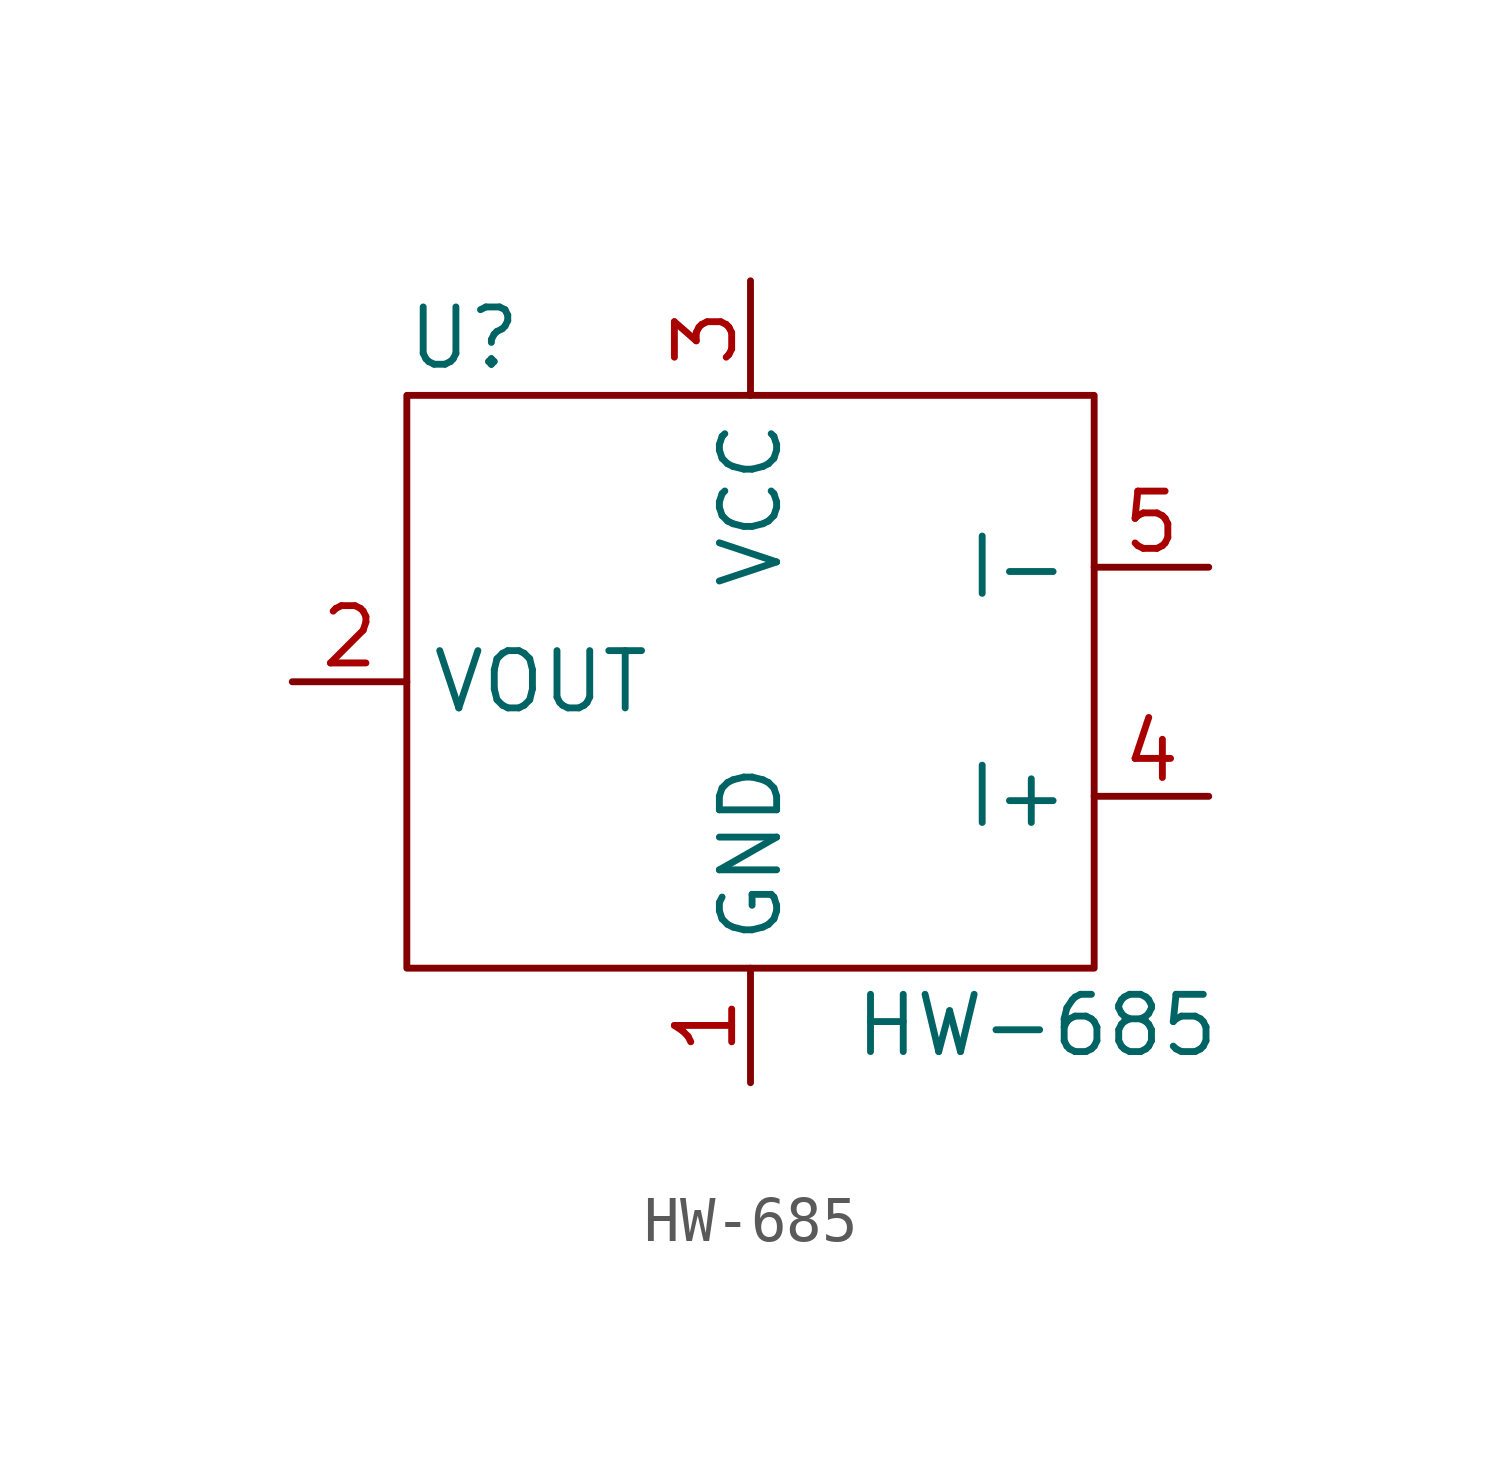
<source format=kicad_sym>
(kicad_symbol_lib
  (version 20211014)
  (generator kicad_symbol_editor)
  (symbol "HW-685"
    (property "Reference" "U"
      (at -6.35 7.62 0)
      (effects (font (size 1.27 1.27))))
    (property "Value" "HW-685"
      (at 6.35 -7.62 0)
      (effects (font (size 1.27 1.27))))
    (symbol "HW-685_0_1"
      (rectangle (start -7.62 -6.35) (end 7.62 6.35) (stroke (width 0) (type default) (color 0 0 0 0)) (fill (type none))))
    (symbol "HW-685_1_1"
      (pin input line (at 0 -8.89 90) (length 2.54) (name "GND" (effects (font (size 1.27 1.27)))) (number "1" (effects (font (size 1.27 1.27)))))
      (pin output line (at -10.16 0 0) (length 2.54) (name "VOUT" (effects (font (size 1.27 1.27)))) (number "2" (effects (font (size 1.27 1.27)))))
      (pin input line (at 0 8.89 270) (length 2.54) (name "VCC" (effects (font (size 1.27 1.27)))) (number "3" (effects (font (size 1.27 1.27)))))
      (pin input line (at 10.16 -2.54 180) (length 2.54) (name "I+" (effects (font (size 1.27 1.27)))) (number "4" (effects (font (size 1.27 1.27)))))
      (pin input line (at 10.16 2.54 180) (length 2.54) (name "I-" (effects (font (size 1.27 1.27)))) (number "5" (effects (font (size 1.27 1.27))))))))
</source>
